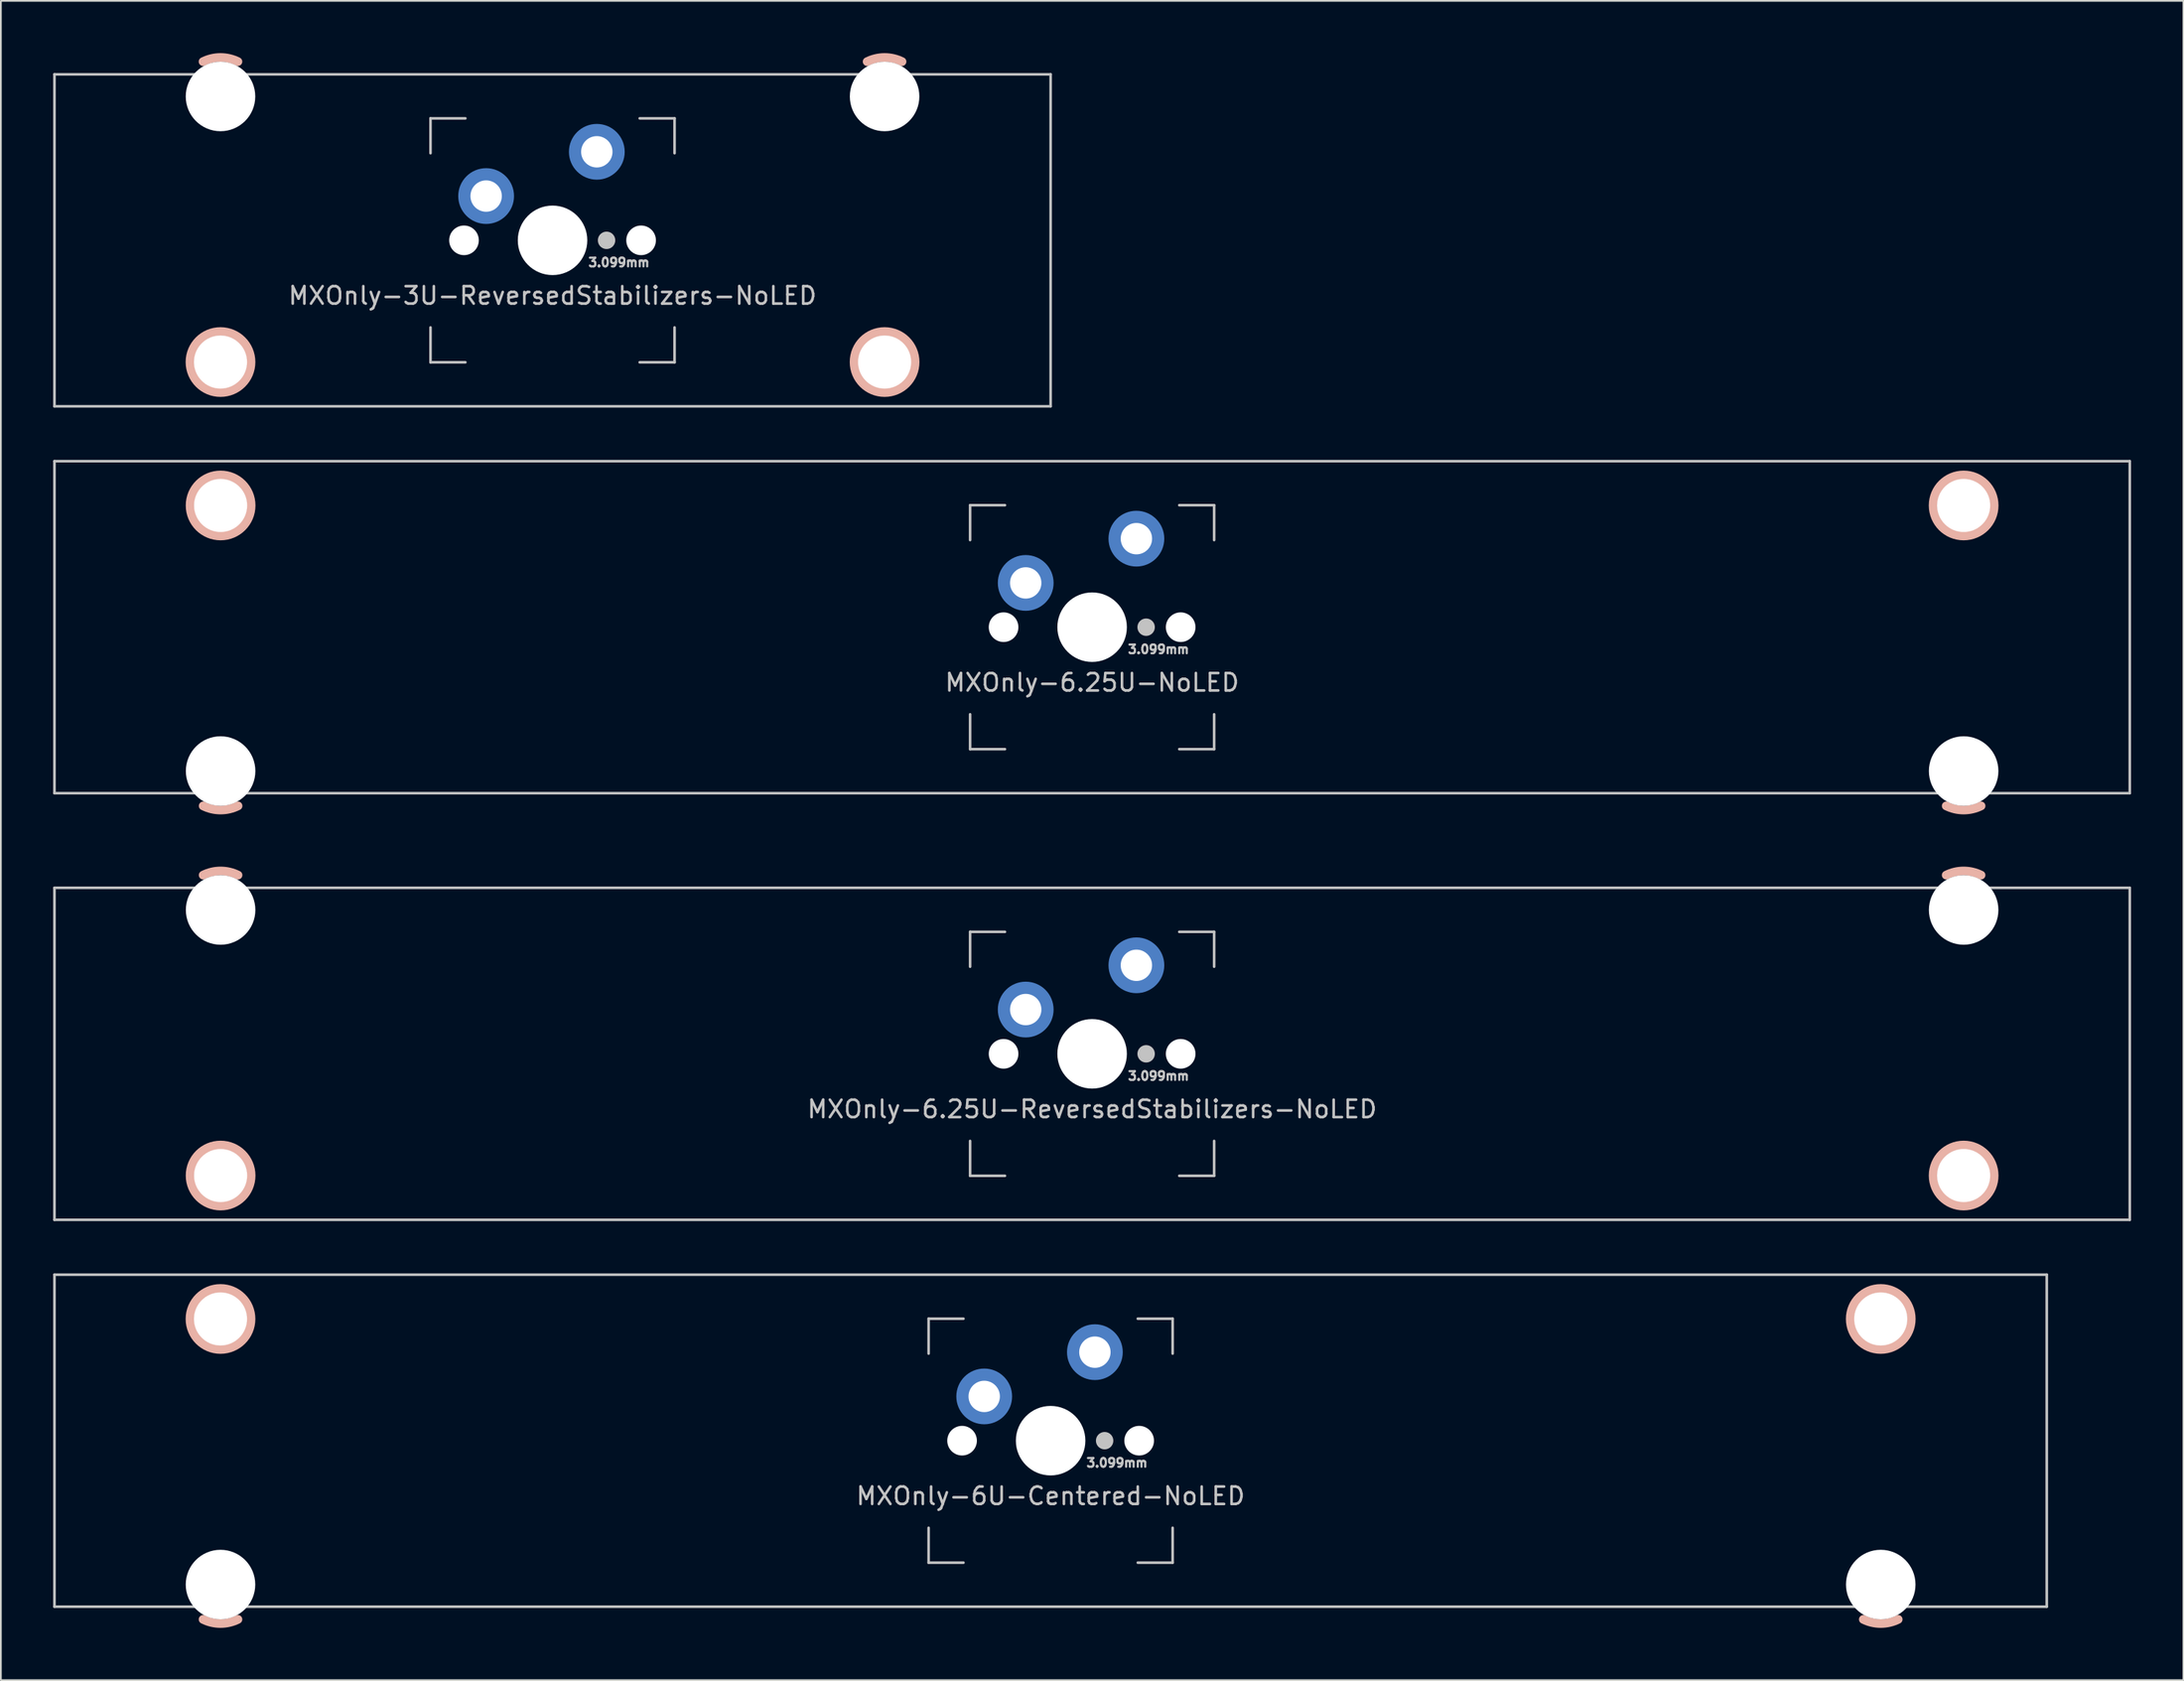
<source format=kicad_pcb>
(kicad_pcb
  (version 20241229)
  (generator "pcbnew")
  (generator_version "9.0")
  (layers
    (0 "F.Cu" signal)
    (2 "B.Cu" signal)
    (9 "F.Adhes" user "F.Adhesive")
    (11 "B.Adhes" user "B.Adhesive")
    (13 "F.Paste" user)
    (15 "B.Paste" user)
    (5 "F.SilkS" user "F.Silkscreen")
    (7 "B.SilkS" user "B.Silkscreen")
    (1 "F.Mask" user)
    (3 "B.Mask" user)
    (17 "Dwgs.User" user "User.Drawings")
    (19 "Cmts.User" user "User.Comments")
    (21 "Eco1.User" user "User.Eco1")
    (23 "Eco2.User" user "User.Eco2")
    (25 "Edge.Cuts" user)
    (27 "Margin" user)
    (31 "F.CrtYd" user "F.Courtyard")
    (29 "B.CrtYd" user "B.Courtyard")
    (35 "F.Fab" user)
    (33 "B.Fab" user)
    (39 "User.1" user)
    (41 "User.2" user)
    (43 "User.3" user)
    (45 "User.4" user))
  (footprint "MXOnly-6.25U-ReversedStabilizers-NoLED"
    (layer "F.Cu")
    (at 59.606 57.423)
    (property "Reference" "MXOnly-6.25U-ReversedStabilizers-NoLED" (at 0 3.175 0) (layer "Dwgs.User") (effects (font (size 1 1) (thickness 0.15))))
    (attr through_hole)
    (fp_arc (start -50.9999 -10.255) (mid -50.000487 -10.491068) (end -49.000951 -10.255525) (stroke (width 0.5) (type solid)) (layer "B.SilkS"))
    (fp_arc (start 48.9999 -10.255) (mid 49.999313 -10.491068) (end 50.998849 -10.255525) (stroke (width 0.5) (type solid)) (layer "B.SilkS"))
    (fp_circle (center -50 6.985) (end -51.75 6.985) (stroke (width 0.5) (type solid)) (fill no) (layer "B.SilkS"))
    (fp_circle (center 50 6.985) (end 48.25 6.985) (stroke (width 0.5) (type solid)) (fill no) (layer "B.SilkS"))
    (fp_line (start -59.531 -9.525) (end 59.531 -9.525) (stroke (width 0.15) (type solid)) (layer "Dwgs.User"))
    (fp_line (start -59.531 9.525) (end -59.531 -9.525) (stroke (width 0.15) (type solid)) (layer "Dwgs.User"))
    (fp_line (start -59.531 9.525) (end 59.531 9.525) (stroke (width 0.15) (type solid)) (layer "Dwgs.User"))
    (fp_line (start -7 -7) (end -7 -5) (stroke (width 0.15) (type solid)) (layer "Dwgs.User"))
    (fp_line (start -7 5) (end -7 7) (stroke (width 0.15) (type solid)) (layer "Dwgs.User"))
    (fp_line (start -7 7) (end -5 7) (stroke (width 0.15) (type solid)) (layer "Dwgs.User"))
    (fp_line (start -5 -7) (end -7 -7) (stroke (width 0.15) (type solid)) (layer "Dwgs.User"))
    (fp_line (start 5 -7) (end 7 -7) (stroke (width 0.15) (type solid)) (layer "Dwgs.User"))
    (fp_line (start 5 7) (end 7 7) (stroke (width 0.15) (type solid)) (layer "Dwgs.User"))
    (fp_line (start 7 -7) (end 7 -5) (stroke (width 0.15) (type solid)) (layer "Dwgs.User"))
    (fp_line (start 7 7) (end 7 5) (stroke (width 0.15) (type solid)) (layer "Dwgs.User"))
    (fp_line (start 59.531 -9.525) (end 59.531 9.525) (stroke (width 0.15) (type solid)) (layer "Dwgs.User"))
    (fp_text user "3.099mm" (at 3.81 1.27 0) (layer "Dwgs.User") (effects (font (size 0.5 0.5) (thickness 0.125))))
    (pad "" np_thru_hole circle (at -50 -8.255) (size 3.988 3.988) (drill 3.988) (layers "*.Cu" "*.Mask"))
    (pad "" np_thru_hole circle (at -50 6.985) (size 3.048 3.048) (drill 3.048) (layers "*.Cu" "*.Mask"))
    (pad "" np_thru_hole circle (at -5.08 0 48.099) (size 1.7 1.7) (drill 1.7) (layers "*.Cu" "*.Mask"))
    (pad "" smd circle (at -3.81 -2.54) (size 2.8 2.8) (layers "B.Mask"))
    (pad "" np_thru_hole circle (at 0 0) (size 3.988 3.988) (drill 3.988) (layers "*.Cu" "*.Mask"))
    (pad "" smd circle (at 2.54 -5.08) (size 2.8 2.8) (layers "B.Mask"))
    (pad "" smd circle (at 3.099 0) (size 1 1) (layers "Dwgs.User"))
    (pad "" np_thru_hole circle (at 5.08 0 48.099) (size 1.7 1.7) (drill 1.7) (layers "*.Cu" "*.Mask"))
    (pad "" np_thru_hole circle (at 50 -8.255) (size 3.988 3.988) (drill 3.988) (layers "*.Cu" "*.Mask"))
    (pad "" np_thru_hole circle (at 50 6.985) (size 3.048 3.048) (drill 3.048) (layers "*.Cu" "*.Mask"))
    (pad "1" thru_hole circle (at -3.81 -2.54) (size 2.4 2.4) (drill 1.8) (layers "*.Cu"))
    (pad "1" connect circle (at -3.81 -2.54) (size 3.2 3.2) (layers "B.Cu"))
    (pad "2" thru_hole circle (at 2.54 -5.08) (size 2.4 2.4) (drill 1.8) (layers "*.Cu"))
    (pad "2" connect circle (at 2.54 -5.08) (size 3.2 3.2) (layers "B.Cu")))
  (footprint "MXOnly-6U-Centered-NoLED"
    (layer "F.Cu")
    (at 57.225 79.623)
    (property "Reference" "MXOnly-6U-Centered-NoLED" (at 0 3.175 0) (layer "Dwgs.User") (effects (font (size 1 1) (thickness 0.15))))
    (attr through_hole)
    (fp_arc (start -46.625 10.255) (mid -47.624413 10.491068) (end -48.623949 10.255525) (stroke (width 0.5) (type solid)) (layer "B.SilkS"))
    (fp_arc (start 48.625 10.255) (mid 47.625587 10.491068) (end 46.626051 10.255525) (stroke (width 0.5) (type solid)) (layer "B.SilkS"))
    (fp_circle (center -47.625 -6.985) (end -45.875 -6.985) (stroke (width 0.5) (type solid)) (fill no) (layer "B.SilkS"))
    (fp_circle (center 47.625 -6.985) (end 49.375 -6.985) (stroke (width 0.5) (type solid)) (fill no) (layer "B.SilkS"))
    (fp_line (start -57.15 -9.525) (end 57.15 -9.525) (stroke (width 0.15) (type solid)) (layer "Dwgs.User"))
    (fp_line (start -57.15 9.525) (end -57.15 -9.525) (stroke (width 0.15) (type solid)) (layer "Dwgs.User"))
    (fp_line (start -57.15 9.525) (end 57.15 9.525) (stroke (width 0.15) (type solid)) (layer "Dwgs.User"))
    (fp_line (start -7 -7) (end -7 -5) (stroke (width 0.15) (type solid)) (layer "Dwgs.User"))
    (fp_line (start -7 5) (end -7 7) (stroke (width 0.15) (type solid)) (layer "Dwgs.User"))
    (fp_line (start -7 7) (end -5 7) (stroke (width 0.15) (type solid)) (layer "Dwgs.User"))
    (fp_line (start -5 -7) (end -7 -7) (stroke (width 0.15) (type solid)) (layer "Dwgs.User"))
    (fp_line (start 5 -7) (end 7 -7) (stroke (width 0.15) (type solid)) (layer "Dwgs.User"))
    (fp_line (start 5 7) (end 7 7) (stroke (width 0.15) (type solid)) (layer "Dwgs.User"))
    (fp_line (start 7 -7) (end 7 -5) (stroke (width 0.15) (type solid)) (layer "Dwgs.User"))
    (fp_line (start 7 7) (end 7 5) (stroke (width 0.15) (type solid)) (layer "Dwgs.User"))
    (fp_line (start 57.15 -9.525) (end 57.15 9.525) (stroke (width 0.15) (type solid)) (layer "Dwgs.User"))
    (fp_text user "3.099mm" (at 3.81 1.27 0) (layer "Dwgs.User") (effects (font (size 0.5 0.5) (thickness 0.125))))
    (pad "" np_thru_hole circle (at -47.625 -6.985) (size 3.048 3.048) (drill 3.048) (layers "*.Cu" "*.Mask"))
    (pad "" np_thru_hole circle (at -47.625 8.255) (size 3.988 3.988) (drill 3.988) (layers "*.Cu" "*.Mask"))
    (pad "" np_thru_hole circle (at -5.08 0 48.099) (size 1.7 1.7) (drill 1.7) (layers "*.Cu" "*.Mask"))
    (pad "" smd circle (at -3.81 -2.54) (size 2.8 2.8) (layers "B.Mask"))
    (pad "" np_thru_hole circle (at 0 0) (size 3.988 3.988) (drill 3.988) (layers "*.Cu" "*.Mask"))
    (pad "" smd circle (at 2.54 -5.08) (size 2.8 2.8) (layers "B.Mask"))
    (pad "" smd circle (at 3.099 0) (size 1 1) (layers "Dwgs.User"))
    (pad "" np_thru_hole circle (at 5.08 0 48.099) (size 1.7 1.7) (drill 1.7) (layers "*.Cu" "*.Mask"))
    (pad "" np_thru_hole circle (at 47.625 -6.985) (size 3.048 3.048) (drill 3.048) (layers "*.Cu" "*.Mask"))
    (pad "" np_thru_hole circle (at 47.625 8.255) (size 3.988 3.988) (drill 3.988) (layers "*.Cu" "*.Mask"))
    (pad "1" thru_hole circle (at -3.81 -2.54) (size 2.4 2.4) (drill 1.8) (layers "*.Cu"))
    (pad "1" connect circle (at -3.81 -2.54) (size 3.2 3.2) (layers "B.Cu"))
    (pad "2" thru_hole circle (at 2.54 -5.08) (size 2.4 2.4) (drill 1.8) (layers "*.Cu"))
    (pad "2" connect circle (at 2.54 -5.08) (size 3.2 3.2) (layers "B.Cu")))
  (footprint "MXOnly-6.25U-NoLED"
    (layer "F.Cu")
    (at 59.606 32.941)
    (property "Reference" "MXOnly-6.25U-NoLED" (at 0 3.175 0) (layer "Dwgs.User") (effects (font (size 1 1) (thickness 0.15))))
    (attr through_hole)
    (fp_arc (start -48.9999 10.255) (mid -49.999313 10.491068) (end -50.998849 10.255525) (stroke (width 0.5) (type solid)) (layer "B.SilkS"))
    (fp_arc (start 50.9999 10.255) (mid 50.000487 10.491068) (end 49.000951 10.255525) (stroke (width 0.5) (type solid)) (layer "B.SilkS"))
    (fp_circle (center -50 -6.985) (end -48.25 -6.985) (stroke (width 0.5) (type solid)) (fill no) (layer "B.SilkS"))
    (fp_circle (center 50 -6.985) (end 51.75 -6.985) (stroke (width 0.5) (type solid)) (fill no) (layer "B.SilkS"))
    (fp_line (start -59.531 -9.525) (end 59.531 -9.525) (stroke (width 0.15) (type solid)) (layer "Dwgs.User"))
    (fp_line (start -59.531 9.525) (end -59.531 -9.525) (stroke (width 0.15) (type solid)) (layer "Dwgs.User"))
    (fp_line (start -59.531 9.525) (end 59.531 9.525) (stroke (width 0.15) (type solid)) (layer "Dwgs.User"))
    (fp_line (start -7 -7) (end -7 -5) (stroke (width 0.15) (type solid)) (layer "Dwgs.User"))
    (fp_line (start -7 5) (end -7 7) (stroke (width 0.15) (type solid)) (layer "Dwgs.User"))
    (fp_line (start -7 7) (end -5 7) (stroke (width 0.15) (type solid)) (layer "Dwgs.User"))
    (fp_line (start -5 -7) (end -7 -7) (stroke (width 0.15) (type solid)) (layer "Dwgs.User"))
    (fp_line (start 5 -7) (end 7 -7) (stroke (width 0.15) (type solid)) (layer "Dwgs.User"))
    (fp_line (start 5 7) (end 7 7) (stroke (width 0.15) (type solid)) (layer "Dwgs.User"))
    (fp_line (start 7 -7) (end 7 -5) (stroke (width 0.15) (type solid)) (layer "Dwgs.User"))
    (fp_line (start 7 7) (end 7 5) (stroke (width 0.15) (type solid)) (layer "Dwgs.User"))
    (fp_line (start 59.531 -9.525) (end 59.531 9.525) (stroke (width 0.15) (type solid)) (layer "Dwgs.User"))
    (fp_text user "3.099mm" (at 3.81 1.27 0) (layer "Dwgs.User") (effects (font (size 0.5 0.5) (thickness 0.125))))
    (pad "" np_thru_hole circle (at -50 -6.985) (size 3.048 3.048) (drill 3.048) (layers "*.Cu" "*.Mask"))
    (pad "" np_thru_hole circle (at -50 8.255) (size 3.988 3.988) (drill 3.988) (layers "*.Cu" "*.Mask"))
    (pad "" np_thru_hole circle (at -5.08 0 48.099) (size 1.7 1.7) (drill 1.7) (layers "*.Cu" "*.Mask"))
    (pad "" smd circle (at -3.81 -2.54) (size 2.8 2.8) (layers "B.Mask"))
    (pad "" np_thru_hole circle (at 0 0) (size 3.988 3.988) (drill 3.988) (layers "*.Cu" "*.Mask"))
    (pad "" smd circle (at 2.54 -5.08) (size 2.8 2.8) (layers "B.Mask"))
    (pad "" smd circle (at 3.099 0) (size 1 1) (layers "Dwgs.User"))
    (pad "" np_thru_hole circle (at 5.08 0 48.099) (size 1.7 1.7) (drill 1.7) (layers "*.Cu" "*.Mask"))
    (pad "" np_thru_hole circle (at 50 -6.985) (size 3.048 3.048) (drill 3.048) (layers "*.Cu" "*.Mask"))
    (pad "" np_thru_hole circle (at 50 8.255) (size 3.988 3.988) (drill 3.988) (layers "*.Cu" "*.Mask"))
    (pad "1" thru_hole circle (at -3.81 -2.54) (size 2.4 2.4) (drill 1.8) (layers "*.Cu"))
    (pad "1" connect circle (at -3.81 -2.54) (size 3.2 3.2) (layers "B.Cu"))
    (pad "2" thru_hole circle (at 2.54 -5.08) (size 2.4 2.4) (drill 1.8) (layers "*.Cu"))
    (pad "2" connect circle (at 2.54 -5.08) (size 3.2 3.2) (layers "B.Cu")))
  (footprint "MXOnly-3U-ReversedStabilizers-NoLED"
    (layer "F.Cu")
    (at 28.65 10.741)
    (property "Reference" "MXOnly-3U-ReversedStabilizers-NoLED" (at 0 3.175 0) (layer "Dwgs.User") (effects (font (size 1 1) (thickness 0.15))))
    (attr through_hole)
    (fp_arc (start -20.05 -10.255) (mid -19.050587 -10.491068) (end -18.051051 -10.255525) (stroke (width 0.5) (type solid)) (layer "B.SilkS"))
    (fp_arc (start 18.05 -10.255) (mid 19.049413 -10.491068) (end 20.048949 -10.255525) (stroke (width 0.5) (type solid)) (layer "B.SilkS"))
    (fp_circle (center -19.05 6.985) (end -20.8 6.985) (stroke (width 0.5) (type solid)) (fill no) (layer "B.SilkS"))
    (fp_circle (center 19.05 6.985) (end 17.3 6.985) (stroke (width 0.5) (type solid)) (fill no) (layer "B.SilkS"))
    (fp_line (start -28.575 -9.525) (end 28.575 -9.525) (stroke (width 0.15) (type solid)) (layer "Dwgs.User"))
    (fp_line (start -28.575 9.525) (end -28.575 -9.525) (stroke (width 0.15) (type solid)) (layer "Dwgs.User"))
    (fp_line (start -28.575 9.525) (end 28.575 9.525) (stroke (width 0.15) (type solid)) (layer "Dwgs.User"))
    (fp_line (start -7 -7) (end -7 -5) (stroke (width 0.15) (type solid)) (layer "Dwgs.User"))
    (fp_line (start -7 5) (end -7 7) (stroke (width 0.15) (type solid)) (layer "Dwgs.User"))
    (fp_line (start -7 7) (end -5 7) (stroke (width 0.15) (type solid)) (layer "Dwgs.User"))
    (fp_line (start -5 -7) (end -7 -7) (stroke (width 0.15) (type solid)) (layer "Dwgs.User"))
    (fp_line (start 5 -7) (end 7 -7) (stroke (width 0.15) (type solid)) (layer "Dwgs.User"))
    (fp_line (start 5 7) (end 7 7) (stroke (width 0.15) (type solid)) (layer "Dwgs.User"))
    (fp_line (start 7 -7) (end 7 -5) (stroke (width 0.15) (type solid)) (layer "Dwgs.User"))
    (fp_line (start 7 7) (end 7 5) (stroke (width 0.15) (type solid)) (layer "Dwgs.User"))
    (fp_line (start 28.575 -9.525) (end 28.575 9.525) (stroke (width 0.15) (type solid)) (layer "Dwgs.User"))
    (fp_text user "3.099mm" (at 3.81 1.27 0) (layer "Dwgs.User") (effects (font (size 0.5 0.5) (thickness 0.125))))
    (pad "" np_thru_hole circle (at -19.05 -8.255) (size 3.988 3.988) (drill 3.988) (layers "*.Cu" "*.Mask"))
    (pad "" np_thru_hole circle (at -19.05 6.985) (size 3.048 3.048) (drill 3.048) (layers "*.Cu" "*.Mask"))
    (pad "" np_thru_hole circle (at -5.08 0 48.099) (size 1.7 1.7) (drill 1.7) (layers "*.Cu" "*.Mask"))
    (pad "" smd circle (at -3.81 -2.54) (size 2.8 2.8) (layers "B.Mask"))
    (pad "" np_thru_hole circle (at 0 0) (size 3.988 3.988) (drill 3.988) (layers "*.Cu" "*.Mask"))
    (pad "" smd circle (at 2.54 -5.08) (size 2.8 2.8) (layers "B.Mask"))
    (pad "" smd circle (at 3.099 0) (size 1 1) (layers "Dwgs.User"))
    (pad "" np_thru_hole circle (at 5.08 0 48.099) (size 1.7 1.7) (drill 1.7) (layers "*.Cu" "*.Mask"))
    (pad "" np_thru_hole circle (at 19.05 -8.255) (size 3.988 3.988) (drill 3.988) (layers "*.Cu" "*.Mask"))
    (pad "" np_thru_hole circle (at 19.05 6.985) (size 3.048 3.048) (drill 3.048) (layers "*.Cu" "*.Mask"))
    (pad "1" thru_hole circle (at -3.81 -2.54) (size 2.4 2.4) (drill 1.8) (layers "*.Cu"))
    (pad "1" connect circle (at -3.81 -2.54) (size 3.2 3.2) (layers "B.Cu"))
    (pad "2" thru_hole circle (at 2.54 -5.08) (size 2.4 2.4) (drill 1.8) (layers "*.Cu"))
    (pad "2" connect circle (at 2.54 -5.08) (size 3.2 3.2) (layers "B.Cu")))
  (gr_rect
    (start -3 -3)
    (end 122.213 93.364)
    (stroke (width 0.1) (type default))
    (fill no)
    (layer "Edge.Cuts")))
</source>
